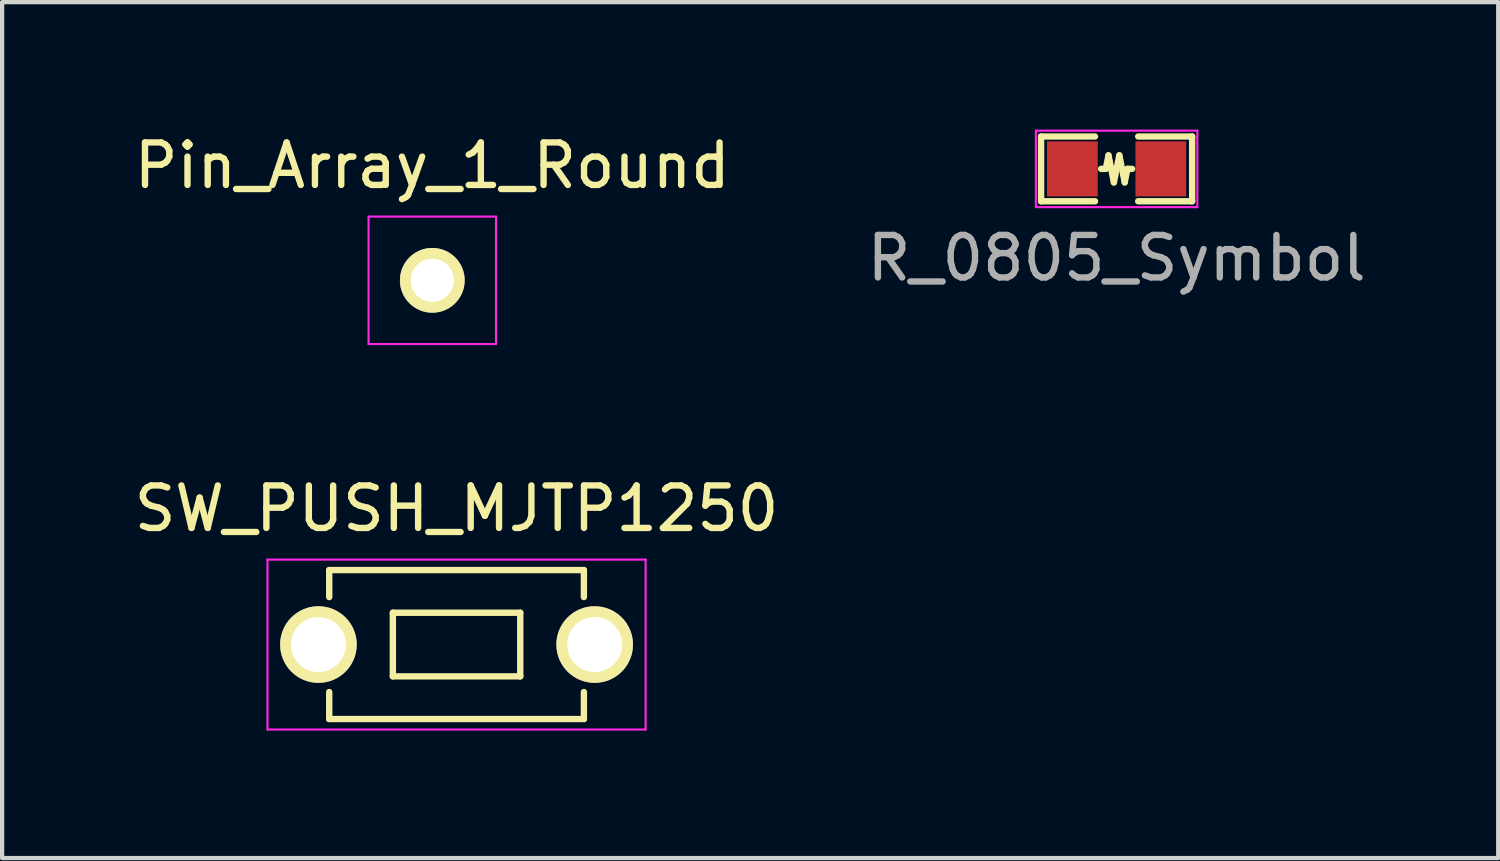
<source format=kicad_pcb>
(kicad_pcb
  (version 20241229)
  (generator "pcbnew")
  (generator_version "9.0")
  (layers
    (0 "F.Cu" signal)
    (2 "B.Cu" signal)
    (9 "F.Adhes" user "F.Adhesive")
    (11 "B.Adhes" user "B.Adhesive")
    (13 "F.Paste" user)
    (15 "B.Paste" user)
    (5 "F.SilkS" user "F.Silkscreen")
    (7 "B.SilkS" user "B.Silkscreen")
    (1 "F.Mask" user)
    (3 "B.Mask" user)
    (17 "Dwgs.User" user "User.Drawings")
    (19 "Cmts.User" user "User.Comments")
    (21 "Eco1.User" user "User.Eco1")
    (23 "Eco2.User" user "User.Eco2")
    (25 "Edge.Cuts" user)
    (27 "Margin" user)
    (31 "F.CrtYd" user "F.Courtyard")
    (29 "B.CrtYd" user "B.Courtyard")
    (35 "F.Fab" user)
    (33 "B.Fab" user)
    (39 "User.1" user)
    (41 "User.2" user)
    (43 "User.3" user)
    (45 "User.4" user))
  (footprint "SW_PUSH_MJTP1250"
    (layer "F.Cu")
    (at 7.696 12.121)
    (property "Reference" "SW_PUSH_MJTP1250" (at 0 -3.2 0) (layer "F.SilkS") (effects (font (size 1 1) (thickness 0.15))))
    (attr through_hole)
    (fp_line (start -2.997 -1.753) (end -2.997 -1.118) (stroke (width 0.15) (type solid)) (layer "F.SilkS"))
    (fp_line (start -2.997 -1.753) (end 2.997 -1.753) (stroke (width 0.15) (type solid)) (layer "F.SilkS"))
    (fp_line (start -2.997 1.753) (end -2.997 1.118) (stroke (width 0.15) (type solid)) (layer "F.SilkS"))
    (fp_line (start -2.997 1.753) (end 2.997 1.753) (stroke (width 0.15) (type solid)) (layer "F.SilkS"))
    (fp_line (start -1.499 -0.749) (end 1.499 -0.749) (stroke (width 0.15) (type solid)) (layer "F.SilkS"))
    (fp_line (start -1.499 0.749) (end -1.499 -0.749) (stroke (width 0.15) (type solid)) (layer "F.SilkS"))
    (fp_line (start 1.499 -0.749) (end 1.499 0.749) (stroke (width 0.15) (type solid)) (layer "F.SilkS"))
    (fp_line (start 1.499 0.749) (end -1.499 0.749) (stroke (width 0.15) (type solid)) (layer "F.SilkS"))
    (fp_line (start 2.997 -1.753) (end 2.997 -1.118) (stroke (width 0.15) (type solid)) (layer "F.SilkS"))
    (fp_line (start 2.997 1.753) (end 2.997 1.118) (stroke (width 0.15) (type solid)) (layer "F.SilkS"))
    (fp_line (start -4.45 -2) (end 4.45 -2) (stroke (width 0.05) (type solid)) (layer "F.CrtYd"))
    (fp_line (start -4.45 2) (end -4.45 -2) (stroke (width 0.05) (type solid)) (layer "F.CrtYd"))
    (fp_line (start -4.45 2) (end 4.45 2) (stroke (width 0.05) (type solid)) (layer "F.CrtYd"))
    (fp_line (start 4.45 2) (end 4.45 -2) (stroke (width 0.05) (type solid)) (layer "F.CrtYd"))
    (pad "1" thru_hole circle (at -3.251 0) (size 1.803 1.803) (drill 1.295) (layers "*.Cu" "*.Mask" "F.SilkS"))
    (pad "2" thru_hole circle (at 3.251 0) (size 1.803 1.803) (drill 1.295) (layers "*.Cu" "*.Mask" "F.SilkS")))
  (footprint "Pin_Array_1_Round"
    (layer "F.Cu")
    (at 7.125 3.548)
    (property "Reference" "Pin_Array_1_Round" (at 0 -2.7 0) (layer "F.SilkS") (effects (font (size 1 1) (thickness 0.15))))
    (attr through_hole)
    (fp_line (start -1.5 -1.5) (end 1.5 -1.5) (stroke (width 0.05) (type solid)) (layer "F.CrtYd"))
    (fp_line (start -1.5 1.5) (end -1.5 -1.5) (stroke (width 0.05) (type solid)) (layer "F.CrtYd"))
    (fp_line (start -1.5 1.5) (end 1.5 1.5) (stroke (width 0.05) (type solid)) (layer "F.CrtYd"))
    (fp_line (start 1.5 1.5) (end 1.5 -1.5) (stroke (width 0.05) (type solid)) (layer "F.CrtYd"))
    (pad "1" thru_hole circle (at 0 0) (size 1.524 1.524) (drill 1.016) (layers "*.Cu" "*.Mask" "F.SilkS")))
  (footprint "R_0805_Symbol"
    (layer "F.Cu")
    (at 23.232 0.925)
    (property "Reference" "R_0805_Symbol" (at 0 2.1 0) (layer "F.Fab") (effects (font (size 1 1) (thickness 0.15))))
    (attr through_hole)
    (fp_line (start -1.778 -0.762) (end -0.508 -0.762) (stroke (width 0.15) (type solid)) (layer "F.SilkS"))
    (fp_line (start -1.778 0.762) (end -1.778 -0.762) (stroke (width 0.15) (type solid)) (layer "F.SilkS"))
    (fp_line (start -0.508 0.762) (end -1.778 0.762) (stroke (width 0.15) (type solid)) (layer "F.SilkS"))
    (fp_line (start -0.365 0) (end -0.254 0) (stroke (width 0.15) (type solid)) (layer "F.SilkS"))
    (fp_line (start -0.254 0) (end -0.191 -0.318) (stroke (width 0.15) (type solid)) (layer "F.SilkS"))
    (fp_line (start -0.191 -0.318) (end -0.064 0.318) (stroke (width 0.15) (type solid)) (layer "F.SilkS"))
    (fp_line (start -0.064 0.318) (end 0.064 -0.318) (stroke (width 0.15) (type solid)) (layer "F.SilkS"))
    (fp_line (start 0.064 -0.318) (end 0.191 0.318) (stroke (width 0.15) (type solid)) (layer "F.SilkS"))
    (fp_line (start 0.191 0.318) (end 0.254 0) (stroke (width 0.15) (type solid)) (layer "F.SilkS"))
    (fp_line (start 0.365 0) (end 0.254 0) (stroke (width 0.15) (type solid)) (layer "F.SilkS"))
    (fp_line (start 0.508 -0.762) (end 1.778 -0.762) (stroke (width 0.15) (type solid)) (layer "F.SilkS"))
    (fp_line (start 1.778 -0.762) (end 1.778 0.762) (stroke (width 0.15) (type solid)) (layer "F.SilkS"))
    (fp_line (start 1.778 0.762) (end 0.508 0.762) (stroke (width 0.15) (type solid)) (layer "F.SilkS"))
    (fp_line (start -1.9 -0.9) (end -1.9 0.9) (stroke (width 0.05) (type solid)) (layer "F.CrtYd"))
    (fp_line (start -1.9 -0.9) (end 1.9 -0.9) (stroke (width 0.05) (type solid)) (layer "F.CrtYd"))
    (fp_line (start -1.9 0.9) (end 1.9 0.9) (stroke (width 0.05) (type solid)) (layer "F.CrtYd"))
    (fp_line (start 1.9 -0.9) (end 1.9 0.9) (stroke (width 0.05) (type solid)) (layer "F.CrtYd"))
    (pad "1" smd rect (at -1.041 0) (size 1.194 1.295) (layers "F.Cu" "F.Mask" "F.Paste"))
    (pad "2" smd rect (at 1.041 0) (size 1.194 1.295) (layers "F.Cu" "F.Mask" "F.Paste")))
  (gr_rect
    (start -3 -3)
    (end 32.214 17.146)
    (stroke (width 0.1) (type default))
    (fill no)
    (layer "Edge.Cuts")))
</source>
